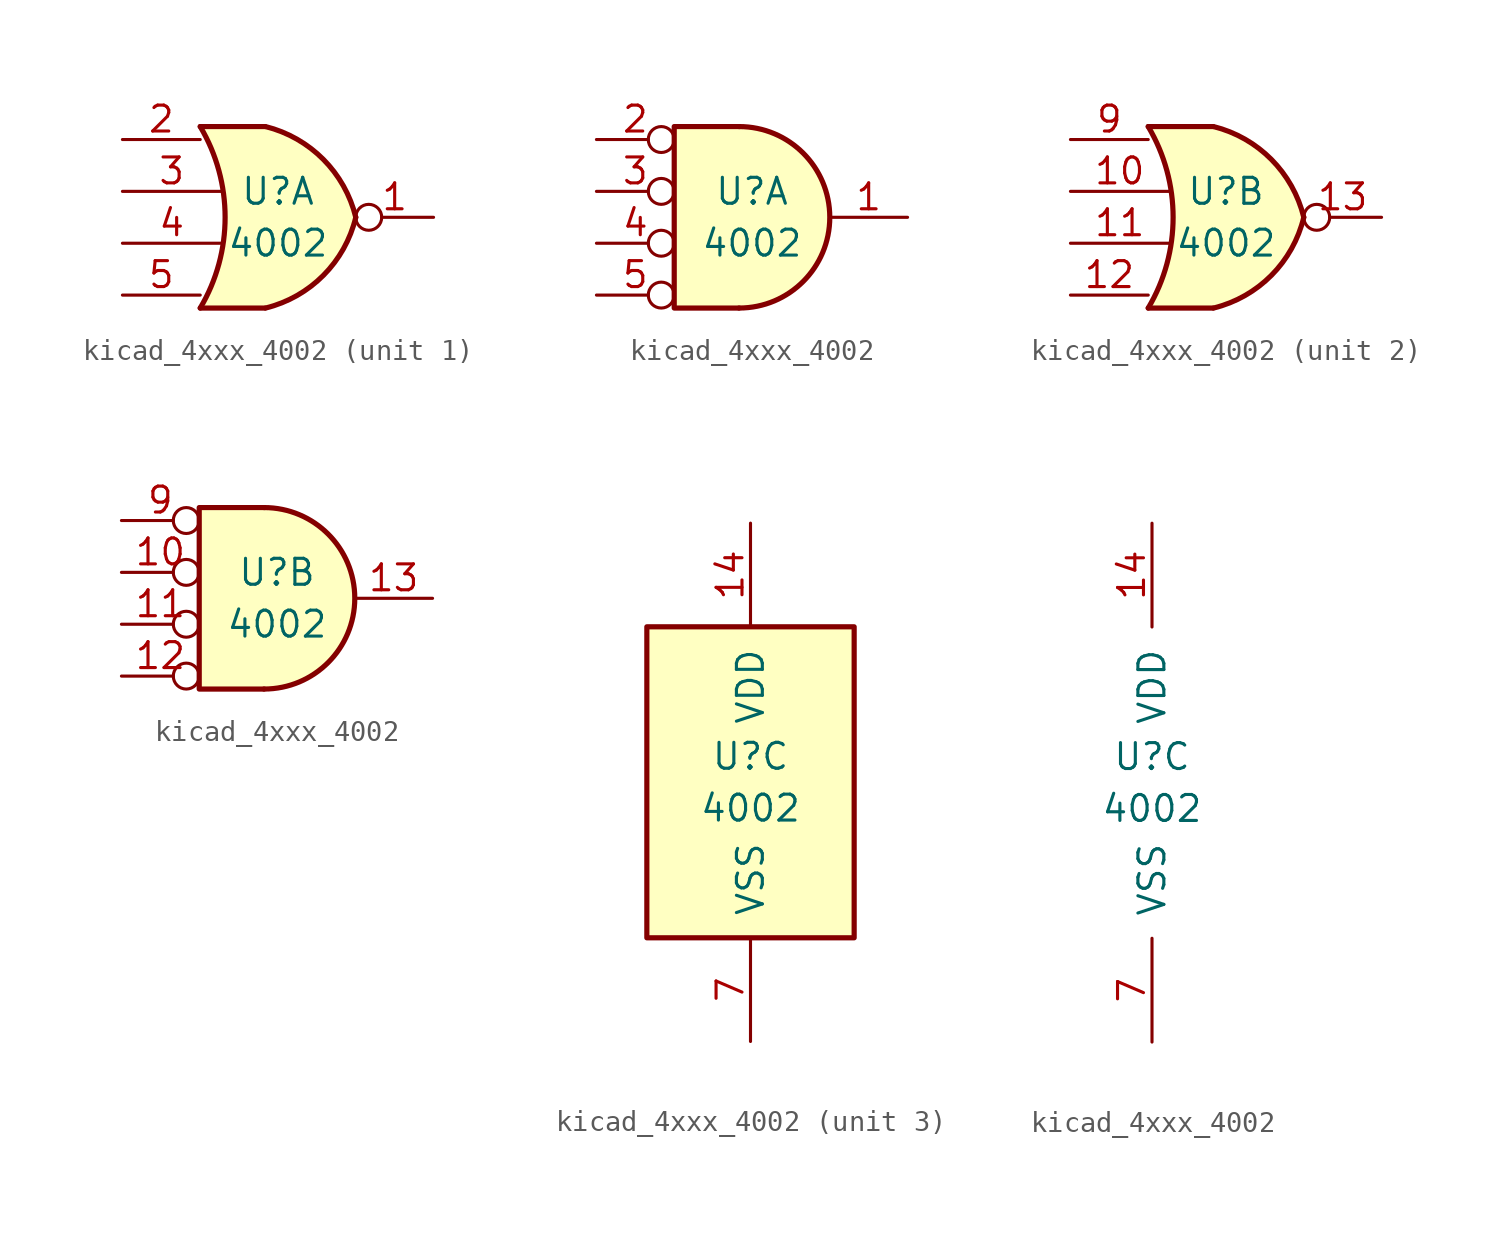
<source format=kicad_sym>
(kicad_symbol_lib
  (version 20220914)
  (generator kicad_symbol_editor)
  (symbol "kicad_4xxx_4002"
    (pin_names
      (offset 1.016))
    (property "Reference" "U"
      (at 0 1.27 0)
      (effects (font (size 1.27 1.27))))
    (property "Value" "4002"
      (at 0 -1.27 0)
      (effects (font (size 1.27 1.27))))
    (property "ki_locked" ""
      (at 0 0 0)
      (effects (font (size 1.27 1.27))))
    (symbol "kicad_4xxx_4002_1_1"
      (arc (start -3.81 -4.445) (mid -2.5908 0) (end -3.81 4.445) (stroke (width 0.254) (type default)) (fill (type none)))
      (arc (start -0.6096 -4.445) (mid 2.2246 -2.8422) (end 3.81 0) (stroke (width 0.254) (type default)) (fill (type background)))
      (polyline (pts (xy -3.81 -4.445) (xy -0.635 -4.445)) (stroke (width 0.254) (type default)) (fill (type background)))
      (polyline (pts (xy -3.81 4.445) (xy -0.635 4.445)) (stroke (width 0.254) (type default)) (fill (type background)))
      (polyline (pts (xy -0.635 4.445) (xy -3.81 4.445) (xy -3.81 4.445) (xy -3.632 4.089) (xy -3.099 2.921) (xy -2.769 1.676) (xy -2.616 0.432) (xy -2.642 -0.864) (xy -2.87 -2.108) (xy -3.251 -3.327) (xy -3.81 -4.445) (xy -3.81 -4.445) (xy -0.635 -4.445)) (stroke (width -25.4) (type default)) (fill (type background)))
      (arc (start 3.81 0) (mid 2.2204 2.8379) (end -0.6096 4.445) (stroke (width 0.254) (type default)) (fill (type background)))
      (pin output inverted (at 7.62 0 180) (length 3.81) (name "~" (effects (font (size 1.27 1.27)))) (number "1" (effects (font (size 1.27 1.27)))))
      (pin input line (at -7.62 3.81 0) (length 3.81) (name "~" (effects (font (size 1.27 1.27)))) (number "2" (effects (font (size 1.27 1.27)))))
      (pin input line (at -7.62 1.27 0) (length 4.826) (name "~" (effects (font (size 1.27 1.27)))) (number "3" (effects (font (size 1.27 1.27)))))
      (pin input line (at -7.62 -1.27 0) (length 4.826) (name "~" (effects (font (size 1.27 1.27)))) (number "4" (effects (font (size 1.27 1.27)))))
      (pin input line (at -7.62 -3.81 0) (length 3.81) (name "~" (effects (font (size 1.27 1.27)))) (number "5" (effects (font (size 1.27 1.27))))))
    (symbol "kicad_4xxx_4002_1_2"
      (arc (start -0.635 -4.445) (mid 3.7907 0) (end -0.635 4.445) (stroke (width 0.254) (type default)) (fill (type background)))
      (polyline (pts (xy -0.635 4.445) (xy -3.81 4.445) (xy -3.81 -4.445) (xy -0.635 -4.445)) (stroke (width 0.254) (type default)) (fill (type background)))
      (pin output line (at 7.62 0 180) (length 3.81) (name "~" (effects (font (size 1.27 1.27)))) (number "1" (effects (font (size 1.27 1.27)))))
      (pin input inverted (at -7.62 3.81 0) (length 3.81) (name "~" (effects (font (size 1.27 1.27)))) (number "2" (effects (font (size 1.27 1.27)))))
      (pin input inverted (at -7.62 1.27 0) (length 3.81) (name "~" (effects (font (size 1.27 1.27)))) (number "3" (effects (font (size 1.27 1.27)))))
      (pin input inverted (at -7.62 -1.27 0) (length 3.81) (name "~" (effects (font (size 1.27 1.27)))) (number "4" (effects (font (size 1.27 1.27)))))
      (pin input inverted (at -7.62 -3.81 0) (length 3.81) (name "~" (effects (font (size 1.27 1.27)))) (number "5" (effects (font (size 1.27 1.27))))))
    (symbol "kicad_4xxx_4002_2_1"
      (arc (start -3.81 -4.445) (mid -2.5908 0) (end -3.81 4.445) (stroke (width 0.254) (type default)) (fill (type none)))
      (arc (start -0.6096 -4.445) (mid 2.2246 -2.8422) (end 3.81 0) (stroke (width 0.254) (type default)) (fill (type background)))
      (polyline (pts (xy -3.81 -4.445) (xy -0.635 -4.445)) (stroke (width 0.254) (type default)) (fill (type background)))
      (polyline (pts (xy -3.81 4.445) (xy -0.635 4.445)) (stroke (width 0.254) (type default)) (fill (type background)))
      (polyline (pts (xy -0.635 4.445) (xy -3.81 4.445) (xy -3.81 4.445) (xy -3.632 4.089) (xy -3.099 2.921) (xy -2.769 1.676) (xy -2.616 0.432) (xy -2.642 -0.864) (xy -2.87 -2.108) (xy -3.251 -3.327) (xy -3.81 -4.445) (xy -3.81 -4.445) (xy -0.635 -4.445)) (stroke (width -25.4) (type default)) (fill (type background)))
      (arc (start 3.81 0) (mid 2.2204 2.8379) (end -0.6096 4.445) (stroke (width 0.254) (type default)) (fill (type background)))
      (pin input line (at -7.62 1.27 0) (length 4.826) (name "~" (effects (font (size 1.27 1.27)))) (number "10" (effects (font (size 1.27 1.27)))))
      (pin input line (at -7.62 -1.27 0) (length 4.826) (name "~" (effects (font (size 1.27 1.27)))) (number "11" (effects (font (size 1.27 1.27)))))
      (pin input line (at -7.62 -3.81 0) (length 3.81) (name "~" (effects (font (size 1.27 1.27)))) (number "12" (effects (font (size 1.27 1.27)))))
      (pin output inverted (at 7.62 0 180) (length 3.81) (name "~" (effects (font (size 1.27 1.27)))) (number "13" (effects (font (size 1.27 1.27)))))
      (pin input line (at -7.62 3.81 0) (length 3.81) (name "~" (effects (font (size 1.27 1.27)))) (number "9" (effects (font (size 1.27 1.27))))))
    (symbol "kicad_4xxx_4002_2_2"
      (arc (start -0.635 -4.445) (mid 3.7907 0) (end -0.635 4.445) (stroke (width 0.254) (type default)) (fill (type background)))
      (polyline (pts (xy -0.635 4.445) (xy -3.81 4.445) (xy -3.81 -4.445) (xy -0.635 -4.445)) (stroke (width 0.254) (type default)) (fill (type background)))
      (pin input inverted (at -7.62 1.27 0) (length 3.81) (name "~" (effects (font (size 1.27 1.27)))) (number "10" (effects (font (size 1.27 1.27)))))
      (pin input inverted (at -7.62 -1.27 0) (length 3.81) (name "~" (effects (font (size 1.27 1.27)))) (number "11" (effects (font (size 1.27 1.27)))))
      (pin input inverted (at -7.62 -3.81 0) (length 3.81) (name "~" (effects (font (size 1.27 1.27)))) (number "12" (effects (font (size 1.27 1.27)))))
      (pin output line (at 7.62 0 180) (length 3.81) (name "~" (effects (font (size 1.27 1.27)))) (number "13" (effects (font (size 1.27 1.27)))))
      (pin input inverted (at -7.62 3.81 0) (length 3.81) (name "~" (effects (font (size 1.27 1.27)))) (number "9" (effects (font (size 1.27 1.27))))))
    (symbol "kicad_4xxx_4002_3_0"
      (pin power_in line (at 0 12.7 270) (length 5.08) (name "VDD" (effects (font (size 1.27 1.27)))) (number "14" (effects (font (size 1.27 1.27)))))
      (pin power_in line (at 0 -12.7 90) (length 5.08) (name "VSS" (effects (font (size 1.27 1.27)))) (number "7" (effects (font (size 1.27 1.27))))))
    (symbol "kicad_4xxx_4002_3_1"
      (rectangle (start -5.08 7.62) (end 5.08 -7.62) (stroke (width 0.254) (type default)) (fill (type background))))))
</source>
